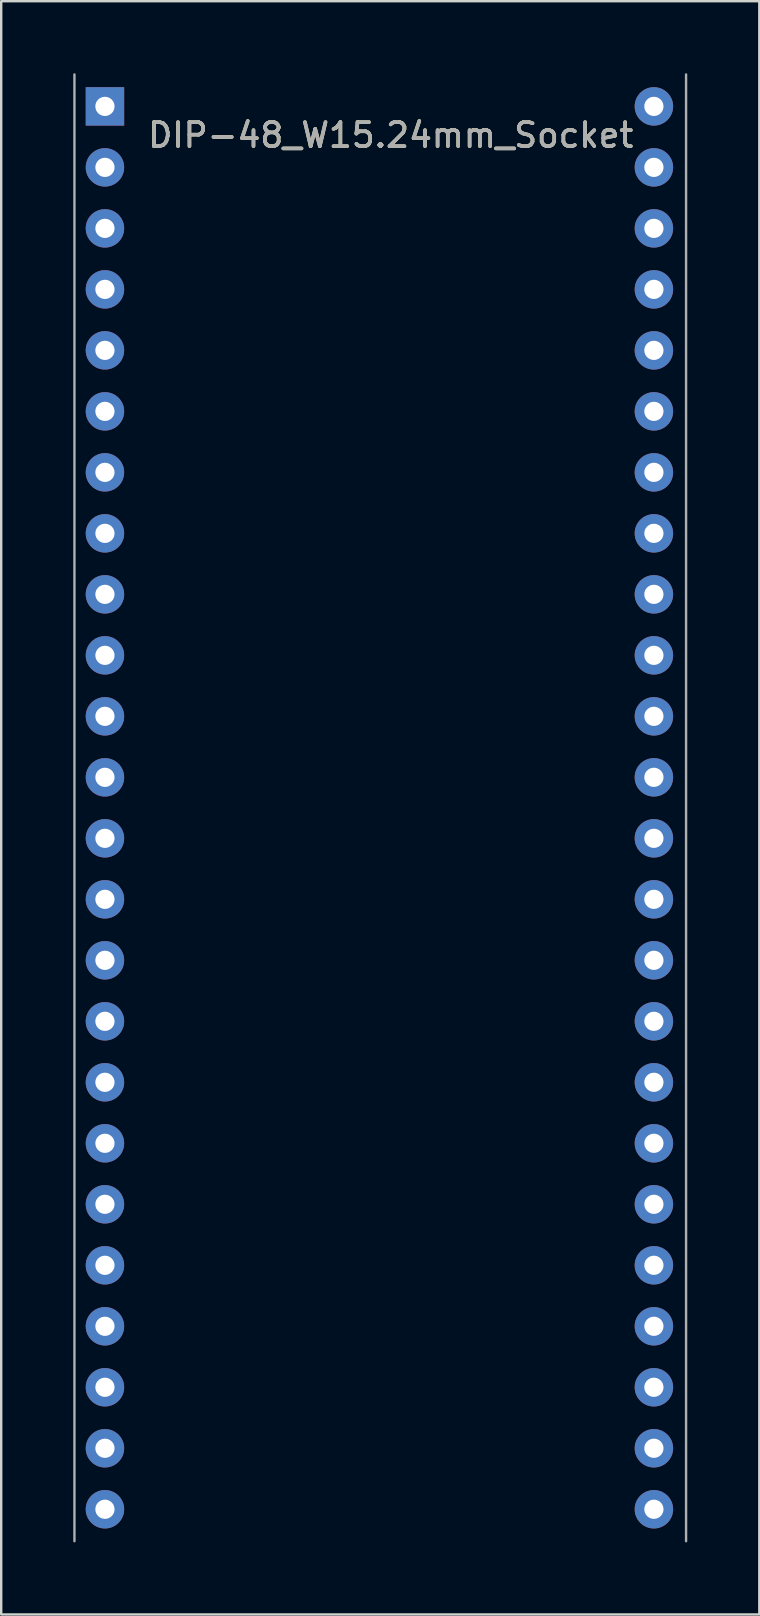
<source format=kicad_pcb>
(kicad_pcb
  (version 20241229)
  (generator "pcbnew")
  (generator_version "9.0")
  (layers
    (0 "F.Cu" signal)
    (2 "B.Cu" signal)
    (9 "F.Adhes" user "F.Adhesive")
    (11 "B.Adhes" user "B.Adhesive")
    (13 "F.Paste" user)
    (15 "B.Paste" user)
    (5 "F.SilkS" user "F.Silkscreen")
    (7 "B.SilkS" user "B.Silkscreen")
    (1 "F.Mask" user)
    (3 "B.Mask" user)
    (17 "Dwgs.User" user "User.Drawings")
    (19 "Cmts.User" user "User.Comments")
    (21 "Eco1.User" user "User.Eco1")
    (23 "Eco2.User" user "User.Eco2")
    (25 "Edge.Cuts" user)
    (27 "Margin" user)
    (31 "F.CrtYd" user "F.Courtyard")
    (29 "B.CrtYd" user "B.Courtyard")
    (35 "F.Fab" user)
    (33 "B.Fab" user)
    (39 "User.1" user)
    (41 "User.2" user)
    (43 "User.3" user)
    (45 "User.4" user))
  (footprint "DIP-48_W15.24mm_Socket"
    (layer "F.Cu")
    (at 1.32 1.38)
    (property "Reference" "DIP-48_W15.24mm_Socket" (at 11.9 1.2 0) (layer "F.SilkS") (effects (font (size 1 1) (thickness 0.15))))
    (attr through_hole)
    (fp_line (start -1.27 -1.33) (end -1.27 59.75) (stroke (width 0.1) (type solid)) (layer "F.Fab"))
    (fp_line (start 24.2 59.75) (end 24.2 -1.33) (stroke (width 0.1) (type solid)) (layer "F.Fab"))
    (fp_text user "${REFERENCE}" (at 11.9 1.2 0) (layer "F.Fab") (effects (font (size 1 1) (thickness 0.15))))
    (pad "1" thru_hole rect (at 0 0) (size 1.6 1.6) (drill 0.8) (layers "*.Cu" "*.Mask"))
    (pad "2" thru_hole oval (at 0 2.54) (size 1.6 1.6) (drill 0.8) (layers "*.Cu" "*.Mask"))
    (pad "3" thru_hole oval (at 0 5.08) (size 1.6 1.6) (drill 0.8) (layers "*.Cu" "*.Mask"))
    (pad "4" thru_hole oval (at 0 7.62) (size 1.6 1.6) (drill 0.8) (layers "*.Cu" "*.Mask"))
    (pad "5" thru_hole oval (at 0 10.16) (size 1.6 1.6) (drill 0.8) (layers "*.Cu" "*.Mask"))
    (pad "6" thru_hole oval (at 0 12.7) (size 1.6 1.6) (drill 0.8) (layers "*.Cu" "*.Mask"))
    (pad "7" thru_hole oval (at 0 15.24) (size 1.6 1.6) (drill 0.8) (layers "*.Cu" "*.Mask"))
    (pad "8" thru_hole oval (at 0 17.78) (size 1.6 1.6) (drill 0.8) (layers "*.Cu" "*.Mask"))
    (pad "9" thru_hole oval (at 0 20.32) (size 1.6 1.6) (drill 0.8) (layers "*.Cu" "*.Mask"))
    (pad "10" thru_hole oval (at 0 22.86) (size 1.6 1.6) (drill 0.8) (layers "*.Cu" "*.Mask"))
    (pad "11" thru_hole oval (at 0 25.4) (size 1.6 1.6) (drill 0.8) (layers "*.Cu" "*.Mask"))
    (pad "12" thru_hole oval (at 0 27.94) (size 1.6 1.6) (drill 0.8) (layers "*.Cu" "*.Mask"))
    (pad "13" thru_hole oval (at 0 30.48) (size 1.6 1.6) (drill 0.8) (layers "*.Cu" "*.Mask"))
    (pad "14" thru_hole oval (at 0 33.02) (size 1.6 1.6) (drill 0.8) (layers "*.Cu" "*.Mask"))
    (pad "15" thru_hole oval (at 0 35.56) (size 1.6 1.6) (drill 0.8) (layers "*.Cu" "*.Mask"))
    (pad "16" thru_hole oval (at 0 38.1) (size 1.6 1.6) (drill 0.8) (layers "*.Cu" "*.Mask"))
    (pad "17" thru_hole oval (at 0 40.64) (size 1.6 1.6) (drill 0.8) (layers "*.Cu" "*.Mask"))
    (pad "18" thru_hole oval (at 0 43.18) (size 1.6 1.6) (drill 0.8) (layers "*.Cu" "*.Mask"))
    (pad "19" thru_hole oval (at 0 45.72) (size 1.6 1.6) (drill 0.8) (layers "*.Cu" "*.Mask"))
    (pad "20" thru_hole oval (at 0 48.26) (size 1.6 1.6) (drill 0.8) (layers "*.Cu" "*.Mask"))
    (pad "21" thru_hole oval (at 0 50.8) (size 1.6 1.6) (drill 0.8) (layers "*.Cu" "*.Mask"))
    (pad "22" thru_hole oval (at 0 53.34) (size 1.6 1.6) (drill 0.8) (layers "*.Cu" "*.Mask"))
    (pad "23" thru_hole oval (at 0 55.88) (size 1.6 1.6) (drill 0.8) (layers "*.Cu" "*.Mask"))
    (pad "24" thru_hole oval (at 0 58.42) (size 1.6 1.6) (drill 0.8) (layers "*.Cu" "*.Mask"))
    (pad "25" thru_hole oval (at 22.86 58.42) (size 1.6 1.6) (drill 0.8) (layers "*.Cu" "*.Mask"))
    (pad "26" thru_hole oval (at 22.86 55.88) (size 1.6 1.6) (drill 0.8) (layers "*.Cu" "*.Mask"))
    (pad "27" thru_hole oval (at 22.86 53.34) (size 1.6 1.6) (drill 0.8) (layers "*.Cu" "*.Mask"))
    (pad "28" thru_hole oval (at 22.86 50.8) (size 1.6 1.6) (drill 0.8) (layers "*.Cu" "*.Mask"))
    (pad "29" thru_hole oval (at 22.86 48.26) (size 1.6 1.6) (drill 0.8) (layers "*.Cu" "*.Mask"))
    (pad "30" thru_hole oval (at 22.86 45.72) (size 1.6 1.6) (drill 0.8) (layers "*.Cu" "*.Mask"))
    (pad "31" thru_hole oval (at 22.86 43.18) (size 1.6 1.6) (drill 0.8) (layers "*.Cu" "*.Mask"))
    (pad "32" thru_hole oval (at 22.86 40.64) (size 1.6 1.6) (drill 0.8) (layers "*.Cu" "*.Mask"))
    (pad "33" thru_hole oval (at 22.86 38.1) (size 1.6 1.6) (drill 0.8) (layers "*.Cu" "*.Mask"))
    (pad "34" thru_hole oval (at 22.86 35.56) (size 1.6 1.6) (drill 0.8) (layers "*.Cu" "*.Mask"))
    (pad "35" thru_hole oval (at 22.86 33.02) (size 1.6 1.6) (drill 0.8) (layers "*.Cu" "*.Mask"))
    (pad "36" thru_hole oval (at 22.86 30.48) (size 1.6 1.6) (drill 0.8) (layers "*.Cu" "*.Mask"))
    (pad "37" thru_hole oval (at 22.86 27.94) (size 1.6 1.6) (drill 0.8) (layers "*.Cu" "*.Mask"))
    (pad "38" thru_hole oval (at 22.86 25.4) (size 1.6 1.6) (drill 0.8) (layers "*.Cu" "*.Mask"))
    (pad "39" thru_hole oval (at 22.86 22.86) (size 1.6 1.6) (drill 0.8) (layers "*.Cu" "*.Mask"))
    (pad "40" thru_hole oval (at 22.86 20.32) (size 1.6 1.6) (drill 0.8) (layers "*.Cu" "*.Mask"))
    (pad "41" thru_hole oval (at 22.86 17.78) (size 1.6 1.6) (drill 0.8) (layers "*.Cu" "*.Mask"))
    (pad "42" thru_hole oval (at 22.86 15.24) (size 1.6 1.6) (drill 0.8) (layers "*.Cu" "*.Mask"))
    (pad "43" thru_hole oval (at 22.86 12.7) (size 1.6 1.6) (drill 0.8) (layers "*.Cu" "*.Mask"))
    (pad "44" thru_hole oval (at 22.86 10.16) (size 1.6 1.6) (drill 0.8) (layers "*.Cu" "*.Mask"))
    (pad "45" thru_hole oval (at 22.86 7.62) (size 1.6 1.6) (drill 0.8) (layers "*.Cu" "*.Mask"))
    (pad "46" thru_hole oval (at 22.86 5.08) (size 1.6 1.6) (drill 0.8) (layers "*.Cu" "*.Mask"))
    (pad "47" thru_hole oval (at 22.86 2.54) (size 1.6 1.6) (drill 0.8) (layers "*.Cu" "*.Mask"))
    (pad "48" thru_hole oval (at 22.86 0) (size 1.6 1.6) (drill 0.8) (layers "*.Cu" "*.Mask")))
  (gr_rect
    (start -3 -3)
    (end 28.57 64.18)
    (stroke (width 0.1) (type default))
    (fill no)
    (layer "Edge.Cuts")))
</source>
